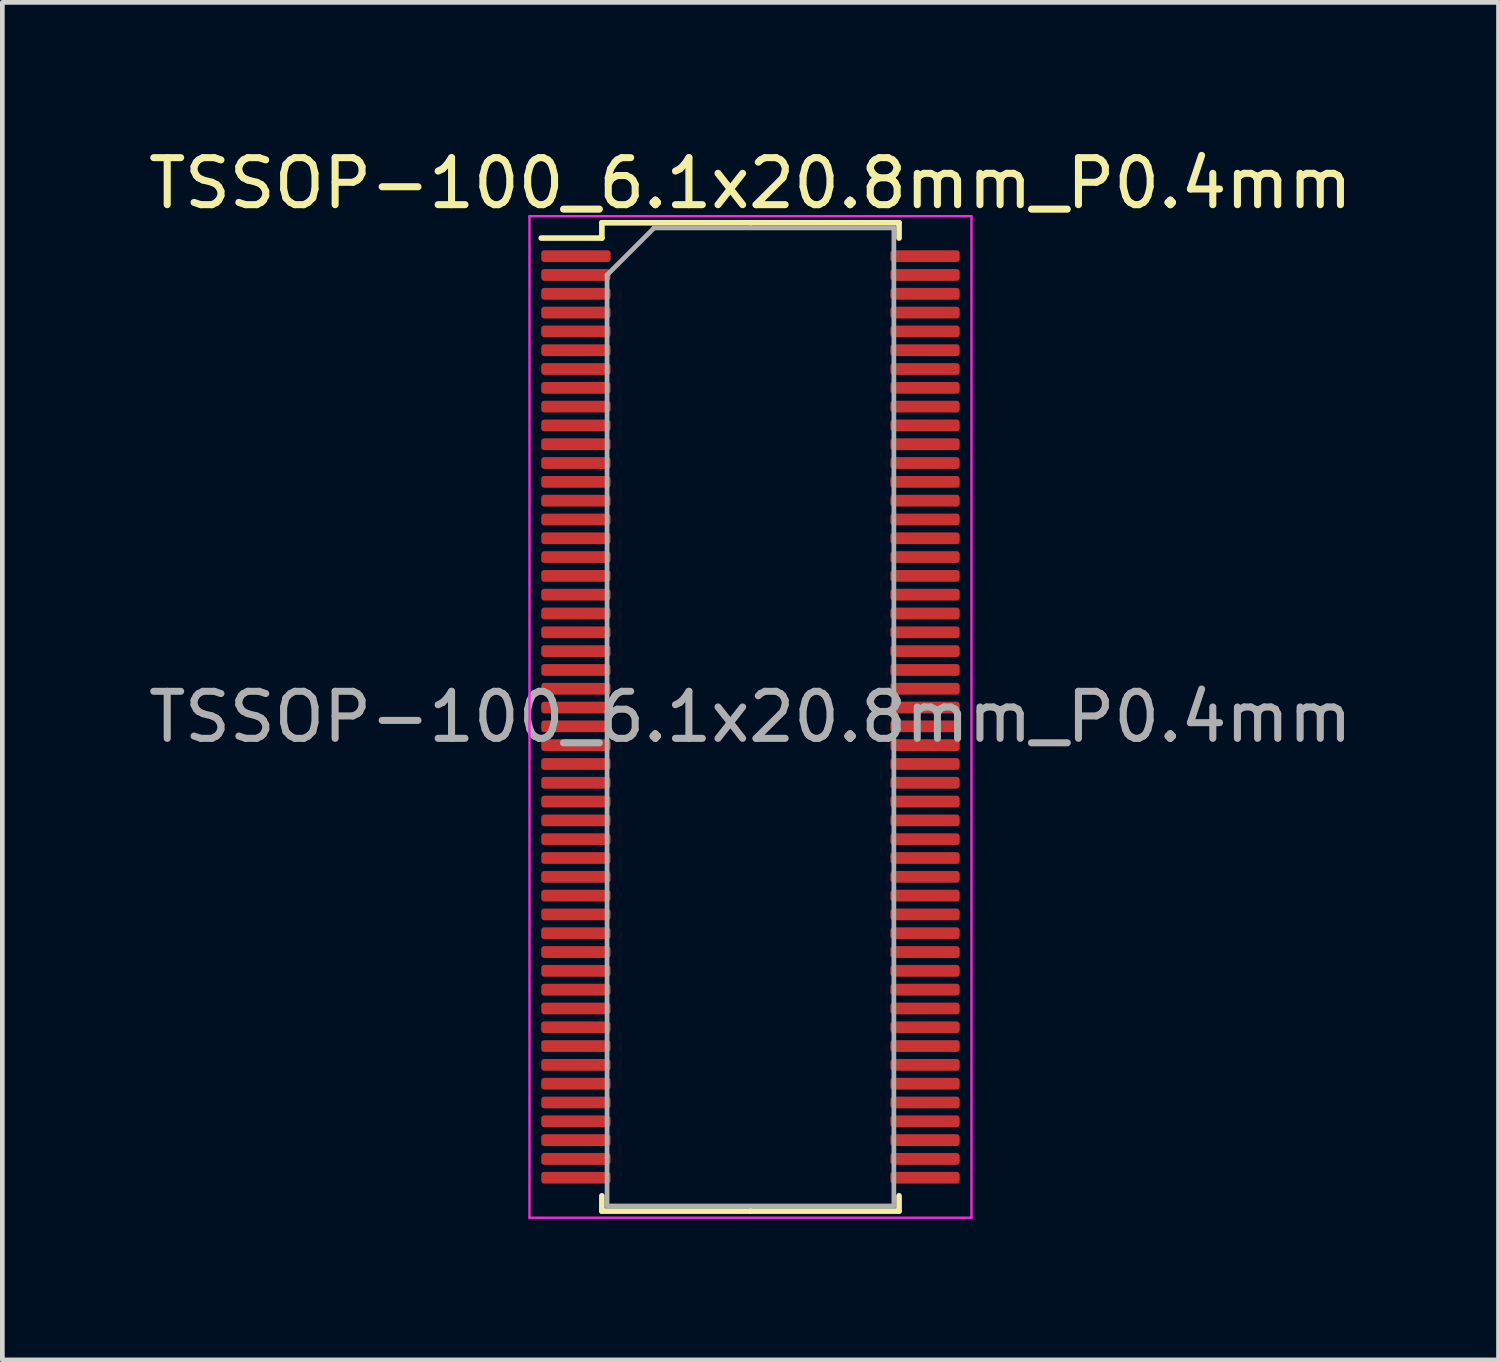
<source format=kicad_pcb>
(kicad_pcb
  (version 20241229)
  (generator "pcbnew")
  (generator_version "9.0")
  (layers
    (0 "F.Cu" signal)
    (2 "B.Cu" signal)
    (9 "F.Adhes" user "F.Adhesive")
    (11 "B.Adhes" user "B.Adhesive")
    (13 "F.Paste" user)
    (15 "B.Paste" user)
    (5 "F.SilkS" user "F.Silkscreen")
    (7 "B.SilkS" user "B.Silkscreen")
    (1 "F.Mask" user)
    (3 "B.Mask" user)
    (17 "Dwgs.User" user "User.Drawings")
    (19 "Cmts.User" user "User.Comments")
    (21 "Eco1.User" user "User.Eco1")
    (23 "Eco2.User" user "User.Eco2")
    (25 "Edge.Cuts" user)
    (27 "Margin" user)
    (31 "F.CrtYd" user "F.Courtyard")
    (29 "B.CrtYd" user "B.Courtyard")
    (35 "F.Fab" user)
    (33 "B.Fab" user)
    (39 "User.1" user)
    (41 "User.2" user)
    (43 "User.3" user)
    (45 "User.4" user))
  (footprint "TSSOP-100_6.1x20.8mm_P0.4mm"
    (layer "F.Cu")
    (at 12.911 12.198)
    (property "Reference" "TSSOP-100_6.1x20.8mm_P0.4mm" (at 0 -11.35 0) (layer "F.SilkS") (effects (font (size 1 1) (thickness 0.15))))
    (attr smd)
    (fp_line (start -3.16 -10.51) (end -3.16 -10.185) (stroke (width 0.12) (type solid)) (layer "F.SilkS"))
    (fp_line (start -3.16 -10.185) (end -4.45 -10.185) (stroke (width 0.12) (type solid)) (layer "F.SilkS"))
    (fp_line (start -3.16 10.51) (end -3.16 10.185) (stroke (width 0.12) (type solid)) (layer "F.SilkS"))
    (fp_line (start 0 -10.51) (end -3.16 -10.51) (stroke (width 0.12) (type solid)) (layer "F.SilkS"))
    (fp_line (start 0 -10.51) (end 3.16 -10.51) (stroke (width 0.12) (type solid)) (layer "F.SilkS"))
    (fp_line (start 0 10.51) (end -3.16 10.51) (stroke (width 0.12) (type solid)) (layer "F.SilkS"))
    (fp_line (start 0 10.51) (end 3.16 10.51) (stroke (width 0.12) (type solid)) (layer "F.SilkS"))
    (fp_line (start 3.16 -10.51) (end 3.16 -10.185) (stroke (width 0.12) (type solid)) (layer "F.SilkS"))
    (fp_line (start 3.16 10.51) (end 3.16 10.185) (stroke (width 0.12) (type solid)) (layer "F.SilkS"))
    (fp_line (start -4.7 -10.65) (end -4.7 10.65) (stroke (width 0.05) (type solid)) (layer "F.CrtYd"))
    (fp_line (start -4.7 10.65) (end 4.7 10.65) (stroke (width 0.05) (type solid)) (layer "F.CrtYd"))
    (fp_line (start 4.7 -10.65) (end -4.7 -10.65) (stroke (width 0.05) (type solid)) (layer "F.CrtYd"))
    (fp_line (start 4.7 10.65) (end 4.7 -10.65) (stroke (width 0.05) (type solid)) (layer "F.CrtYd"))
    (fp_line (start -3.05 -9.4) (end -2.05 -10.4) (stroke (width 0.1) (type solid)) (layer "F.Fab"))
    (fp_line (start -3.05 10.4) (end -3.05 -9.4) (stroke (width 0.1) (type solid)) (layer "F.Fab"))
    (fp_line (start -2.05 -10.4) (end 3.05 -10.4) (stroke (width 0.1) (type solid)) (layer "F.Fab"))
    (fp_line (start 3.05 -10.4) (end 3.05 10.4) (stroke (width 0.1) (type solid)) (layer "F.Fab"))
    (fp_line (start 3.05 10.4) (end -3.05 10.4) (stroke (width 0.1) (type solid)) (layer "F.Fab"))
    (fp_text user "${REFERENCE}" (at 0 0 0) (layer "F.Fab") (effects (font (size 1 1) (thickness 0.15))))
    (pad "1" smd roundrect (at -3.712 -9.8) (size 1.475 0.25) (layers "F.Cu" "F.Mask" "F.Paste") (roundrect_rratio 0.25))
    (pad "2" smd roundrect (at -3.712 -9.4) (size 1.475 0.25) (layers "F.Cu" "F.Mask" "F.Paste") (roundrect_rratio 0.25))
    (pad "3" smd roundrect (at -3.712 -9) (size 1.475 0.25) (layers "F.Cu" "F.Mask" "F.Paste") (roundrect_rratio 0.25))
    (pad "4" smd roundrect (at -3.712 -8.6) (size 1.475 0.25) (layers "F.Cu" "F.Mask" "F.Paste") (roundrect_rratio 0.25))
    (pad "5" smd roundrect (at -3.712 -8.2) (size 1.475 0.25) (layers "F.Cu" "F.Mask" "F.Paste") (roundrect_rratio 0.25))
    (pad "6" smd roundrect (at -3.712 -7.8) (size 1.475 0.25) (layers "F.Cu" "F.Mask" "F.Paste") (roundrect_rratio 0.25))
    (pad "7" smd roundrect (at -3.712 -7.4) (size 1.475 0.25) (layers "F.Cu" "F.Mask" "F.Paste") (roundrect_rratio 0.25))
    (pad "8" smd roundrect (at -3.712 -7) (size 1.475 0.25) (layers "F.Cu" "F.Mask" "F.Paste") (roundrect_rratio 0.25))
    (pad "9" smd roundrect (at -3.712 -6.6) (size 1.475 0.25) (layers "F.Cu" "F.Mask" "F.Paste") (roundrect_rratio 0.25))
    (pad "10" smd roundrect (at -3.712 -6.2) (size 1.475 0.25) (layers "F.Cu" "F.Mask" "F.Paste") (roundrect_rratio 0.25))
    (pad "11" smd roundrect (at -3.712 -5.8) (size 1.475 0.25) (layers "F.Cu" "F.Mask" "F.Paste") (roundrect_rratio 0.25))
    (pad "12" smd roundrect (at -3.712 -5.4) (size 1.475 0.25) (layers "F.Cu" "F.Mask" "F.Paste") (roundrect_rratio 0.25))
    (pad "13" smd roundrect (at -3.712 -5) (size 1.475 0.25) (layers "F.Cu" "F.Mask" "F.Paste") (roundrect_rratio 0.25))
    (pad "14" smd roundrect (at -3.712 -4.6) (size 1.475 0.25) (layers "F.Cu" "F.Mask" "F.Paste") (roundrect_rratio 0.25))
    (pad "15" smd roundrect (at -3.712 -4.2) (size 1.475 0.25) (layers "F.Cu" "F.Mask" "F.Paste") (roundrect_rratio 0.25))
    (pad "16" smd roundrect (at -3.712 -3.8) (size 1.475 0.25) (layers "F.Cu" "F.Mask" "F.Paste") (roundrect_rratio 0.25))
    (pad "17" smd roundrect (at -3.712 -3.4) (size 1.475 0.25) (layers "F.Cu" "F.Mask" "F.Paste") (roundrect_rratio 0.25))
    (pad "18" smd roundrect (at -3.712 -3) (size 1.475 0.25) (layers "F.Cu" "F.Mask" "F.Paste") (roundrect_rratio 0.25))
    (pad "19" smd roundrect (at -3.712 -2.6) (size 1.475 0.25) (layers "F.Cu" "F.Mask" "F.Paste") (roundrect_rratio 0.25))
    (pad "20" smd roundrect (at -3.712 -2.2) (size 1.475 0.25) (layers "F.Cu" "F.Mask" "F.Paste") (roundrect_rratio 0.25))
    (pad "21" smd roundrect (at -3.712 -1.8) (size 1.475 0.25) (layers "F.Cu" "F.Mask" "F.Paste") (roundrect_rratio 0.25))
    (pad "22" smd roundrect (at -3.712 -1.4) (size 1.475 0.25) (layers "F.Cu" "F.Mask" "F.Paste") (roundrect_rratio 0.25))
    (pad "23" smd roundrect (at -3.712 -1) (size 1.475 0.25) (layers "F.Cu" "F.Mask" "F.Paste") (roundrect_rratio 0.25))
    (pad "24" smd roundrect (at -3.712 -0.6) (size 1.475 0.25) (layers "F.Cu" "F.Mask" "F.Paste") (roundrect_rratio 0.25))
    (pad "25" smd roundrect (at -3.712 -0.2) (size 1.475 0.25) (layers "F.Cu" "F.Mask" "F.Paste") (roundrect_rratio 0.25))
    (pad "26" smd roundrect (at -3.712 0.2) (size 1.475 0.25) (layers "F.Cu" "F.Mask" "F.Paste") (roundrect_rratio 0.25))
    (pad "27" smd roundrect (at -3.712 0.6) (size 1.475 0.25) (layers "F.Cu" "F.Mask" "F.Paste") (roundrect_rratio 0.25))
    (pad "28" smd roundrect (at -3.712 1) (size 1.475 0.25) (layers "F.Cu" "F.Mask" "F.Paste") (roundrect_rratio 0.25))
    (pad "29" smd roundrect (at -3.712 1.4) (size 1.475 0.25) (layers "F.Cu" "F.Mask" "F.Paste") (roundrect_rratio 0.25))
    (pad "30" smd roundrect (at -3.712 1.8) (size 1.475 0.25) (layers "F.Cu" "F.Mask" "F.Paste") (roundrect_rratio 0.25))
    (pad "31" smd roundrect (at -3.712 2.2) (size 1.475 0.25) (layers "F.Cu" "F.Mask" "F.Paste") (roundrect_rratio 0.25))
    (pad "32" smd roundrect (at -3.712 2.6) (size 1.475 0.25) (layers "F.Cu" "F.Mask" "F.Paste") (roundrect_rratio 0.25))
    (pad "33" smd roundrect (at -3.712 3) (size 1.475 0.25) (layers "F.Cu" "F.Mask" "F.Paste") (roundrect_rratio 0.25))
    (pad "34" smd roundrect (at -3.712 3.4) (size 1.475 0.25) (layers "F.Cu" "F.Mask" "F.Paste") (roundrect_rratio 0.25))
    (pad "35" smd roundrect (at -3.712 3.8) (size 1.475 0.25) (layers "F.Cu" "F.Mask" "F.Paste") (roundrect_rratio 0.25))
    (pad "36" smd roundrect (at -3.712 4.2) (size 1.475 0.25) (layers "F.Cu" "F.Mask" "F.Paste") (roundrect_rratio 0.25))
    (pad "37" smd roundrect (at -3.712 4.6) (size 1.475 0.25) (layers "F.Cu" "F.Mask" "F.Paste") (roundrect_rratio 0.25))
    (pad "38" smd roundrect (at -3.712 5) (size 1.475 0.25) (layers "F.Cu" "F.Mask" "F.Paste") (roundrect_rratio 0.25))
    (pad "39" smd roundrect (at -3.712 5.4) (size 1.475 0.25) (layers "F.Cu" "F.Mask" "F.Paste") (roundrect_rratio 0.25))
    (pad "40" smd roundrect (at -3.712 5.8) (size 1.475 0.25) (layers "F.Cu" "F.Mask" "F.Paste") (roundrect_rratio 0.25))
    (pad "41" smd roundrect (at -3.712 6.2) (size 1.475 0.25) (layers "F.Cu" "F.Mask" "F.Paste") (roundrect_rratio 0.25))
    (pad "42" smd roundrect (at -3.712 6.6) (size 1.475 0.25) (layers "F.Cu" "F.Mask" "F.Paste") (roundrect_rratio 0.25))
    (pad "43" smd roundrect (at -3.712 7) (size 1.475 0.25) (layers "F.Cu" "F.Mask" "F.Paste") (roundrect_rratio 0.25))
    (pad "44" smd roundrect (at -3.712 7.4) (size 1.475 0.25) (layers "F.Cu" "F.Mask" "F.Paste") (roundrect_rratio 0.25))
    (pad "45" smd roundrect (at -3.712 7.8) (size 1.475 0.25) (layers "F.Cu" "F.Mask" "F.Paste") (roundrect_rratio 0.25))
    (pad "46" smd roundrect (at -3.712 8.2) (size 1.475 0.25) (layers "F.Cu" "F.Mask" "F.Paste") (roundrect_rratio 0.25))
    (pad "47" smd roundrect (at -3.712 8.6) (size 1.475 0.25) (layers "F.Cu" "F.Mask" "F.Paste") (roundrect_rratio 0.25))
    (pad "48" smd roundrect (at -3.712 9) (size 1.475 0.25) (layers "F.Cu" "F.Mask" "F.Paste") (roundrect_rratio 0.25))
    (pad "49" smd roundrect (at -3.712 9.4) (size 1.475 0.25) (layers "F.Cu" "F.Mask" "F.Paste") (roundrect_rratio 0.25))
    (pad "50" smd roundrect (at -3.712 9.8) (size 1.475 0.25) (layers "F.Cu" "F.Mask" "F.Paste") (roundrect_rratio 0.25))
    (pad "51" smd roundrect (at 3.712 9.8) (size 1.475 0.25) (layers "F.Cu" "F.Mask" "F.Paste") (roundrect_rratio 0.25))
    (pad "52" smd roundrect (at 3.712 9.4) (size 1.475 0.25) (layers "F.Cu" "F.Mask" "F.Paste") (roundrect_rratio 0.25))
    (pad "53" smd roundrect (at 3.712 9) (size 1.475 0.25) (layers "F.Cu" "F.Mask" "F.Paste") (roundrect_rratio 0.25))
    (pad "54" smd roundrect (at 3.712 8.6) (size 1.475 0.25) (layers "F.Cu" "F.Mask" "F.Paste") (roundrect_rratio 0.25))
    (pad "55" smd roundrect (at 3.712 8.2) (size 1.475 0.25) (layers "F.Cu" "F.Mask" "F.Paste") (roundrect_rratio 0.25))
    (pad "56" smd roundrect (at 3.712 7.8) (size 1.475 0.25) (layers "F.Cu" "F.Mask" "F.Paste") (roundrect_rratio 0.25))
    (pad "57" smd roundrect (at 3.712 7.4) (size 1.475 0.25) (layers "F.Cu" "F.Mask" "F.Paste") (roundrect_rratio 0.25))
    (pad "58" smd roundrect (at 3.712 7) (size 1.475 0.25) (layers "F.Cu" "F.Mask" "F.Paste") (roundrect_rratio 0.25))
    (pad "59" smd roundrect (at 3.712 6.6) (size 1.475 0.25) (layers "F.Cu" "F.Mask" "F.Paste") (roundrect_rratio 0.25))
    (pad "60" smd roundrect (at 3.712 6.2) (size 1.475 0.25) (layers "F.Cu" "F.Mask" "F.Paste") (roundrect_rratio 0.25))
    (pad "61" smd roundrect (at 3.712 5.8) (size 1.475 0.25) (layers "F.Cu" "F.Mask" "F.Paste") (roundrect_rratio 0.25))
    (pad "62" smd roundrect (at 3.712 5.4) (size 1.475 0.25) (layers "F.Cu" "F.Mask" "F.Paste") (roundrect_rratio 0.25))
    (pad "63" smd roundrect (at 3.712 5) (size 1.475 0.25) (layers "F.Cu" "F.Mask" "F.Paste") (roundrect_rratio 0.25))
    (pad "64" smd roundrect (at 3.712 4.6) (size 1.475 0.25) (layers "F.Cu" "F.Mask" "F.Paste") (roundrect_rratio 0.25))
    (pad "65" smd roundrect (at 3.712 4.2) (size 1.475 0.25) (layers "F.Cu" "F.Mask" "F.Paste") (roundrect_rratio 0.25))
    (pad "66" smd roundrect (at 3.712 3.8) (size 1.475 0.25) (layers "F.Cu" "F.Mask" "F.Paste") (roundrect_rratio 0.25))
    (pad "67" smd roundrect (at 3.712 3.4) (size 1.475 0.25) (layers "F.Cu" "F.Mask" "F.Paste") (roundrect_rratio 0.25))
    (pad "68" smd roundrect (at 3.712 3) (size 1.475 0.25) (layers "F.Cu" "F.Mask" "F.Paste") (roundrect_rratio 0.25))
    (pad "69" smd roundrect (at 3.712 2.6) (size 1.475 0.25) (layers "F.Cu" "F.Mask" "F.Paste") (roundrect_rratio 0.25))
    (pad "70" smd roundrect (at 3.712 2.2) (size 1.475 0.25) (layers "F.Cu" "F.Mask" "F.Paste") (roundrect_rratio 0.25))
    (pad "71" smd roundrect (at 3.712 1.8) (size 1.475 0.25) (layers "F.Cu" "F.Mask" "F.Paste") (roundrect_rratio 0.25))
    (pad "72" smd roundrect (at 3.712 1.4) (size 1.475 0.25) (layers "F.Cu" "F.Mask" "F.Paste") (roundrect_rratio 0.25))
    (pad "73" smd roundrect (at 3.712 1) (size 1.475 0.25) (layers "F.Cu" "F.Mask" "F.Paste") (roundrect_rratio 0.25))
    (pad "74" smd roundrect (at 3.712 0.6) (size 1.475 0.25) (layers "F.Cu" "F.Mask" "F.Paste") (roundrect_rratio 0.25))
    (pad "75" smd roundrect (at 3.712 0.2) (size 1.475 0.25) (layers "F.Cu" "F.Mask" "F.Paste") (roundrect_rratio 0.25))
    (pad "76" smd roundrect (at 3.712 -0.2) (size 1.475 0.25) (layers "F.Cu" "F.Mask" "F.Paste") (roundrect_rratio 0.25))
    (pad "77" smd roundrect (at 3.712 -0.6) (size 1.475 0.25) (layers "F.Cu" "F.Mask" "F.Paste") (roundrect_rratio 0.25))
    (pad "78" smd roundrect (at 3.712 -1) (size 1.475 0.25) (layers "F.Cu" "F.Mask" "F.Paste") (roundrect_rratio 0.25))
    (pad "79" smd roundrect (at 3.712 -1.4) (size 1.475 0.25) (layers "F.Cu" "F.Mask" "F.Paste") (roundrect_rratio 0.25))
    (pad "80" smd roundrect (at 3.712 -1.8) (size 1.475 0.25) (layers "F.Cu" "F.Mask" "F.Paste") (roundrect_rratio 0.25))
    (pad "81" smd roundrect (at 3.712 -2.2) (size 1.475 0.25) (layers "F.Cu" "F.Mask" "F.Paste") (roundrect_rratio 0.25))
    (pad "82" smd roundrect (at 3.712 -2.6) (size 1.475 0.25) (layers "F.Cu" "F.Mask" "F.Paste") (roundrect_rratio 0.25))
    (pad "83" smd roundrect (at 3.712 -3) (size 1.475 0.25) (layers "F.Cu" "F.Mask" "F.Paste") (roundrect_rratio 0.25))
    (pad "84" smd roundrect (at 3.712 -3.4) (size 1.475 0.25) (layers "F.Cu" "F.Mask" "F.Paste") (roundrect_rratio 0.25))
    (pad "85" smd roundrect (at 3.712 -3.8) (size 1.475 0.25) (layers "F.Cu" "F.Mask" "F.Paste") (roundrect_rratio 0.25))
    (pad "86" smd roundrect (at 3.712 -4.2) (size 1.475 0.25) (layers "F.Cu" "F.Mask" "F.Paste") (roundrect_rratio 0.25))
    (pad "87" smd roundrect (at 3.712 -4.6) (size 1.475 0.25) (layers "F.Cu" "F.Mask" "F.Paste") (roundrect_rratio 0.25))
    (pad "88" smd roundrect (at 3.712 -5) (size 1.475 0.25) (layers "F.Cu" "F.Mask" "F.Paste") (roundrect_rratio 0.25))
    (pad "89" smd roundrect (at 3.712 -5.4) (size 1.475 0.25) (layers "F.Cu" "F.Mask" "F.Paste") (roundrect_rratio 0.25))
    (pad "90" smd roundrect (at 3.712 -5.8) (size 1.475 0.25) (layers "F.Cu" "F.Mask" "F.Paste") (roundrect_rratio 0.25))
    (pad "91" smd roundrect (at 3.712 -6.2) (size 1.475 0.25) (layers "F.Cu" "F.Mask" "F.Paste") (roundrect_rratio 0.25))
    (pad "92" smd roundrect (at 3.712 -6.6) (size 1.475 0.25) (layers "F.Cu" "F.Mask" "F.Paste") (roundrect_rratio 0.25))
    (pad "93" smd roundrect (at 3.712 -7) (size 1.475 0.25) (layers "F.Cu" "F.Mask" "F.Paste") (roundrect_rratio 0.25))
    (pad "94" smd roundrect (at 3.712 -7.4) (size 1.475 0.25) (layers "F.Cu" "F.Mask" "F.Paste") (roundrect_rratio 0.25))
    (pad "95" smd roundrect (at 3.712 -7.8) (size 1.475 0.25) (layers "F.Cu" "F.Mask" "F.Paste") (roundrect_rratio 0.25))
    (pad "96" smd roundrect (at 3.712 -8.2) (size 1.475 0.25) (layers "F.Cu" "F.Mask" "F.Paste") (roundrect_rratio 0.25))
    (pad "97" smd roundrect (at 3.712 -8.6) (size 1.475 0.25) (layers "F.Cu" "F.Mask" "F.Paste") (roundrect_rratio 0.25))
    (pad "98" smd roundrect (at 3.712 -9) (size 1.475 0.25) (layers "F.Cu" "F.Mask" "F.Paste") (roundrect_rratio 0.25))
    (pad "99" smd roundrect (at 3.712 -9.4) (size 1.475 0.25) (layers "F.Cu" "F.Mask" "F.Paste") (roundrect_rratio 0.25))
    (pad "100" smd roundrect (at 3.712 -9.8) (size 1.475 0.25) (layers "F.Cu" "F.Mask" "F.Paste") (roundrect_rratio 0.25)))
  (gr_rect
    (start -3 -3)
    (end 28.821 25.873)
    (stroke (width 0.1) (type default))
    (fill no)
    (layer "Edge.Cuts")))
</source>
